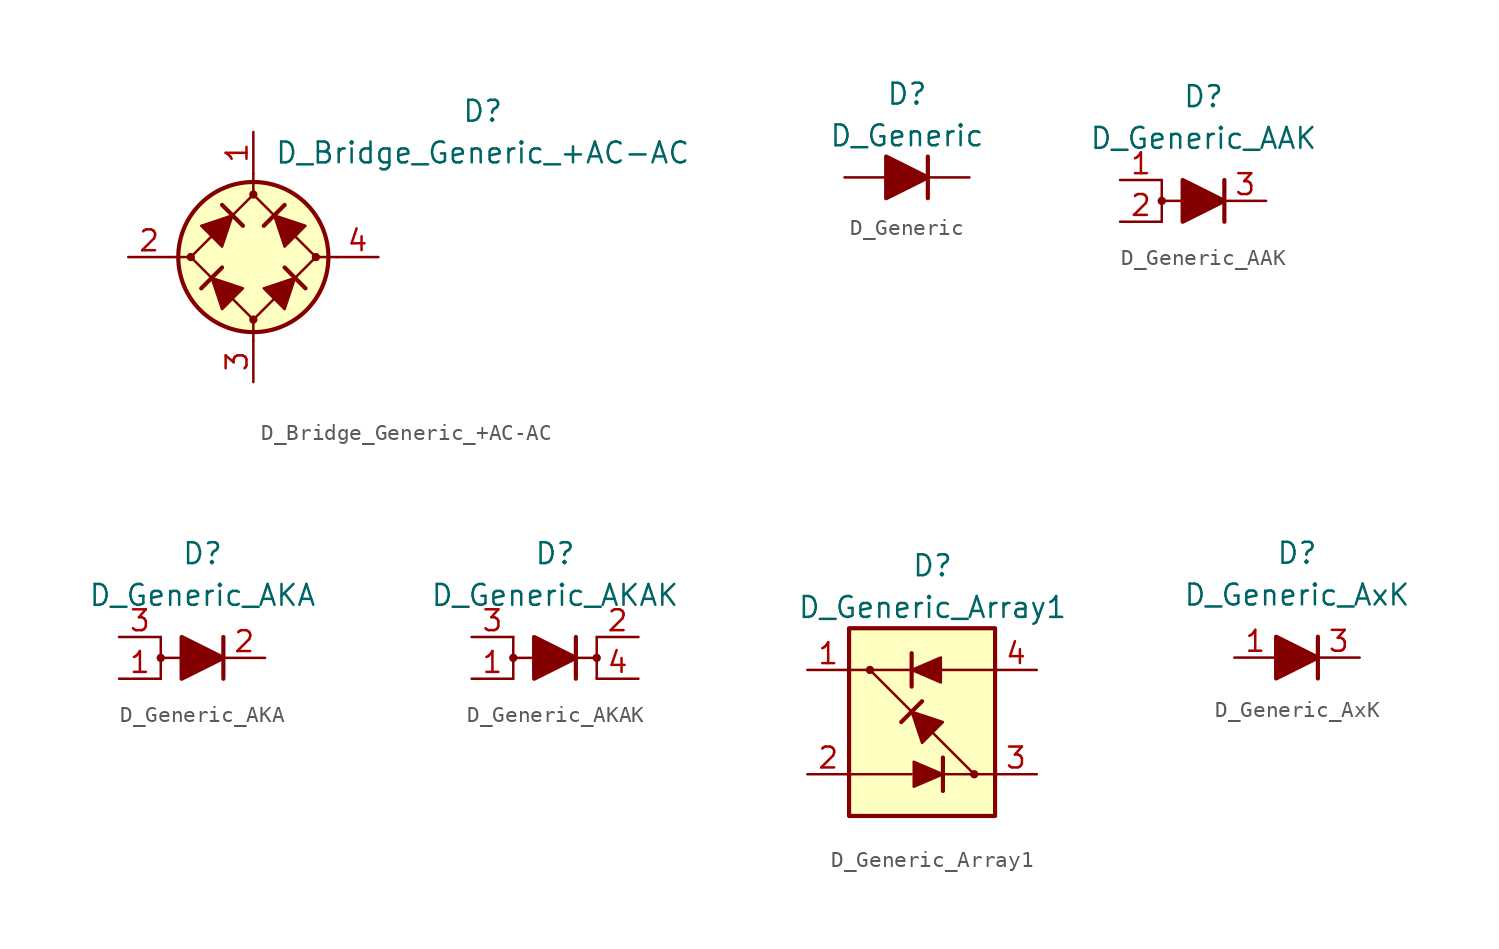
<source format=kicad_sym>
(kicad_symbol_lib
  (version 20211014)
  (generator kicad_symbol_editor)
  (symbol "D_Bridge_Generic_+AC-AC"
    (pin_names
      (offset 1.016) hide)
    (property "Reference" "D"
      (at 13.97 8.89 0)
      (effects (font (size 1.27 1.27))))
    (property "Value" "D_Bridge_Generic_+AC-AC"
      (at 13.97 6.35 0)
      (effects (font (size 1.27 1.27))))
    (symbol "D_Bridge_Generic_+AC-AC_0_1"
      (circle (center -3.81 0) (radius 0.178) (stroke (width 0) (type default) (color 0 0 0 0)) (fill (type outline)))
      (polyline (pts (xy -5.08 0) (xy -3.81 0)) (stroke (width 0) (type default) (color 0 0 0 0)) (fill (type none)))
      (polyline (pts (xy -1.905 -0.635) (xy -3.175 -1.905)) (stroke (width 0.254) (type default) (color 0 0 0 0)) (fill (type none)))
      (polyline (pts (xy -1.905 3.175) (xy -0.635 1.905)) (stroke (width 0.254) (type default) (color 0 0 0 0)) (fill (type none)))
      (polyline (pts (xy 0 -5.08) (xy 0 -3.81)) (stroke (width 0) (type default) (color 0 0 0 0)) (fill (type none)))
      (polyline (pts (xy 0 5.08) (xy 0 3.81)) (stroke (width 0) (type default) (color 0 0 0 0)) (fill (type none)))
      (polyline (pts (xy 1.905 3.175) (xy 0.635 1.905)) (stroke (width 0.254) (type default) (color 0 0 0 0)) (fill (type none)))
      (polyline (pts (xy 3.175 -1.905) (xy 1.905 -0.635)) (stroke (width 0.254) (type default) (color 0 0 0 0)) (fill (type none)))
      (polyline (pts (xy 5.08 0) (xy 3.81 0)) (stroke (width 0) (type default) (color 0 0 0 0)) (fill (type none)))
      (polyline (pts (xy -2.54 -1.27) (xy -1.905 -3.175) (xy -0.635 -1.905) (xy -2.54 -1.27)) (stroke (width 0) (type default) (color 0 0 0 0)) (fill (type outline)))
      (polyline (pts (xy -1.27 2.54) (xy -1.905 0.635) (xy -3.175 1.905) (xy -1.27 2.54)) (stroke (width 0) (type default) (color 0 0 0 0)) (fill (type outline)))
      (polyline (pts (xy 1.27 2.54) (xy 3.175 1.905) (xy 1.905 0.635) (xy 1.27 2.54)) (stroke (width 0) (type default) (color 0 0 0 0)) (fill (type outline)))
      (polyline (pts (xy 2.54 -1.27) (xy 0.635 -1.905) (xy 1.905 -3.175) (xy 2.54 -1.27)) (stroke (width 0) (type default) (color 0 0 0 0)) (fill (type outline)))
      (polyline (pts (xy 0 3.81) (xy -3.81 0) (xy 0 -3.81) (xy 3.81 0) (xy 0 3.81)) (stroke (width 0) (type default) (color 0 0 0 0)) (fill (type none)))
      (circle (center 0 0) (radius 4.572) (stroke (width 0.254) (type default) (color 0 0 0 0)) (fill (type background))))
    (symbol "D_Bridge_Generic_+AC-AC_1_1"
      (circle (center 0 -3.81) (radius 0.178) (stroke (width 0) (type default) (color 0 0 0 0)) (fill (type outline)))
      (circle (center 0 3.81) (radius 0.178) (stroke (width 0) (type default) (color 0 0 0 0)) (fill (type outline)))
      (circle (center 3.81 0) (radius 0.178) (stroke (width 0) (type default) (color 0 0 0 0)) (fill (type outline)))
      (pin passive line (at 0 7.62 270) (length 2.54) (name "+" (effects (font (size 1.27 1.27)))) (number "1" (effects (font (size 1.27 1.27)))))
      (pin passive line (at -7.62 0 0) (length 2.54) (name "1" (effects (font (size 1.27 1.27)))) (number "2" (effects (font (size 1.27 1.27)))))
      (pin passive line (at 0 -7.62 90) (length 2.54) (name "-" (effects (font (size 1.27 1.27)))) (number "3" (effects (font (size 1.27 1.27)))))
      (pin passive line (at 7.62 0 180) (length 2.54) (name "2" (effects (font (size 1.27 1.27)))) (number "4" (effects (font (size 1.27 1.27)))))))
  (symbol "D_Generic"
    (pin_numbers hide)
    (pin_names
      (offset 1.016) hide)
    (property "Reference" "D"
      (at 0 5.08 0)
      (effects (font (size 1.27 1.27))))
    (property "Value" "D_Generic"
      (at 0 2.54 0)
      (effects (font (size 1.27 1.27))))
    (symbol "D_Generic_0_1"
      (polyline (pts (xy -1.27 0) (xy 1.27 0)) (stroke (width 0) (type default) (color 0 0 0 0)) (fill (type none)))
      (polyline (pts (xy 1.27 1.27) (xy 1.27 -1.27)) (stroke (width 0.254) (type default) (color 0 0 0 0)) (fill (type none)))
      (polyline (pts (xy -1.27 1.27) (xy -1.27 -1.27) (xy 1.27 0) (xy -1.27 1.27)) (stroke (width 0.254) (type default) (color 0 0 0 0)) (fill (type outline))))
    (symbol "D_Generic_1_1"
      (pin passive line (at 3.81 0 180) (length 2.54) (name "K" (effects (font (size 1.27 1.27)))) (number "1" (effects (font (size 1.27 1.27)))))
      (pin passive line (at -3.81 0 0) (length 2.54) (name "A" (effects (font (size 1.27 1.27)))) (number "2" (effects (font (size 1.27 1.27)))))))
  (symbol "D_Generic_AAK"
    (pin_names
      (offset 1.016) hide)
    (property "Reference" "D"
      (at 0 6.35 0)
      (effects (font (size 1.27 1.27))))
    (property "Value" "D_Generic_AAK"
      (at 0 3.81 0)
      (effects (font (size 1.27 1.27))))
    (symbol "D_Generic_AAK_0_1"
      (circle (center -2.54 0) (radius 0.178) (stroke (width 0) (type default) (color 0 0 0 0)) (fill (type outline)))
      (polyline (pts (xy -2.54 1.27) (xy -2.54 -1.27)) (stroke (width 0) (type default) (color 0 0 0 0)) (fill (type none)))
      (polyline (pts (xy -1.27 0) (xy -2.54 0)) (stroke (width 0) (type default) (color 0 0 0 0)) (fill (type none)))
      (polyline (pts (xy -1.27 0) (xy 1.27 0)) (stroke (width 0) (type default) (color 0 0 0 0)) (fill (type none)))
      (polyline (pts (xy 1.27 -1.27) (xy 1.27 1.27)) (stroke (width 0.254) (type default) (color 0 0 0 0)) (fill (type none)))
      (polyline (pts (xy -1.27 -1.27) (xy -1.27 1.27) (xy 1.27 0) (xy -1.27 -1.27)) (stroke (width 0.254) (type default) (color 0 0 0 0)) (fill (type outline))))
    (symbol "D_Generic_AAK_1_1"
      (pin passive line (at -5.08 1.27 0) (length 2.54) (name "A" (effects (font (size 1.27 1.27)))) (number "1" (effects (font (size 1.27 1.27)))))
      (pin passive line (at -5.08 -1.27 0) (length 2.54) (name "A" (effects (font (size 1.27 1.27)))) (number "2" (effects (font (size 1.27 1.27)))))
      (pin passive line (at 3.81 0 180) (length 2.54) (name "K" (effects (font (size 1.27 1.27)))) (number "3" (effects (font (size 1.27 1.27)))))))
  (symbol "D_Generic_AKA"
    (pin_names
      (offset 1.016) hide)
    (property "Reference" "D"
      (at 0 6.35 0)
      (effects (font (size 1.27 1.27))))
    (property "Value" "D_Generic_AKA"
      (at 0 3.81 0)
      (effects (font (size 1.27 1.27))))
    (symbol "D_Generic_AKA_0_1"
      (circle (center -2.54 0) (radius 0.178) (stroke (width 0) (type default) (color 0 0 0 0)) (fill (type outline)))
      (polyline (pts (xy -2.54 1.27) (xy -2.54 -1.27)) (stroke (width 0) (type default) (color 0 0 0 0)) (fill (type none)))
      (polyline (pts (xy -1.27 0) (xy -2.54 0)) (stroke (width 0) (type default) (color 0 0 0 0)) (fill (type none)))
      (polyline (pts (xy -1.27 0) (xy 1.27 0)) (stroke (width 0) (type default) (color 0 0 0 0)) (fill (type none)))
      (polyline (pts (xy 1.27 -1.27) (xy 1.27 1.27)) (stroke (width 0.254) (type default) (color 0 0 0 0)) (fill (type none)))
      (polyline (pts (xy -1.27 -1.27) (xy -1.27 1.27) (xy 1.27 0) (xy -1.27 -1.27)) (stroke (width 0.254) (type default) (color 0 0 0 0)) (fill (type outline))))
    (symbol "D_Generic_AKA_1_1"
      (pin passive line (at -5.08 -1.27 0) (length 2.54) (name "A" (effects (font (size 1.27 1.27)))) (number "1" (effects (font (size 1.27 1.27)))))
      (pin passive line (at 3.81 0 180) (length 2.54) (name "K" (effects (font (size 1.27 1.27)))) (number "2" (effects (font (size 1.27 1.27)))))
      (pin passive line (at -5.08 1.27 0) (length 2.54) (name "A" (effects (font (size 1.27 1.27)))) (number "3" (effects (font (size 1.27 1.27)))))))
  (symbol "D_Generic_AKAK"
    (pin_names
      (offset 1.016) hide)
    (property "Reference" "D"
      (at 0 6.35 0)
      (effects (font (size 1.27 1.27))))
    (property "Value" "D_Generic_AKAK"
      (at 0 3.81 0)
      (effects (font (size 1.27 1.27))))
    (symbol "D_Generic_AKAK_0_1"
      (circle (center -2.54 0) (radius 0.178) (stroke (width 0) (type default) (color 0 0 0 0)) (fill (type outline)))
      (polyline (pts (xy -2.54 1.27) (xy -2.54 -1.27)) (stroke (width 0) (type default) (color 0 0 0 0)) (fill (type none)))
      (polyline (pts (xy -1.27 0) (xy -2.54 0)) (stroke (width 0) (type default) (color 0 0 0 0)) (fill (type none)))
      (polyline (pts (xy -1.27 0) (xy 1.27 0)) (stroke (width 0) (type default) (color 0 0 0 0)) (fill (type none)))
      (polyline (pts (xy 1.27 -1.27) (xy 1.27 1.27)) (stroke (width 0.254) (type default) (color 0 0 0 0)) (fill (type none)))
      (polyline (pts (xy -1.27 -1.27) (xy -1.27 1.27) (xy 1.27 0) (xy -1.27 -1.27)) (stroke (width 0.254) (type default) (color 0 0 0 0)) (fill (type outline))))
    (symbol "D_Generic_AKAK_1_1"
      (polyline (pts (xy 1.27 0) (xy 2.54 0)) (stroke (width 0) (type default) (color 0 0 0 0)) (fill (type none)))
      (polyline (pts (xy 2.54 -1.27) (xy 2.54 1.27)) (stroke (width 0) (type default) (color 0 0 0 0)) (fill (type none)))
      (circle (center 2.54 0) (radius 0.178) (stroke (width 0) (type default) (color 0 0 0 0)) (fill (type outline)))
      (pin passive line (at -5.08 -1.27 0) (length 2.54) (name "A" (effects (font (size 1.27 1.27)))) (number "1" (effects (font (size 1.27 1.27)))))
      (pin passive line (at 5.08 1.27 180) (length 2.54) (name "K" (effects (font (size 1.27 1.27)))) (number "2" (effects (font (size 1.27 1.27)))))
      (pin passive line (at -5.08 1.27 0) (length 2.54) (name "A" (effects (font (size 1.27 1.27)))) (number "3" (effects (font (size 1.27 1.27)))))
      (pin passive line (at 5.08 -1.27 180) (length 2.54) (name "K" (effects (font (size 1.27 1.27)))) (number "4" (effects (font (size 1.27 1.27)))))))
  (symbol "D_Generic_Array1"
    (pin_names
      (offset 1.016) hide)
    (property "Reference" "D"
      (at 0 10.16 0)
      (effects (font (size 1.27 1.27))))
    (property "Value" "D_Generic_Array1"
      (at 0 7.62 0)
      (effects (font (size 1.27 1.27))))
    (symbol "D_Generic_Array1_0_1"
      (rectangle (start -5.08 6.35) (end 3.81 -5.08) (stroke (width 0.254) (type default) (color 0 0 0 0)) (fill (type background)))
      (circle (center -3.81 3.81) (radius 0.178) (stroke (width 0) (type default) (color 0 0 0 0)) (fill (type outline)))
      (polyline (pts (xy -5.08 -2.54) (xy -1.27 -2.54)) (stroke (width 0) (type default) (color 0 0 0 0)) (fill (type none)))
      (polyline (pts (xy -3.81 3.81) (xy 2.54 -2.54)) (stroke (width 0.152) (type default) (color 0 0 0 0)) (fill (type none)))
      (polyline (pts (xy -1.27 2.794) (xy -1.27 4.826)) (stroke (width 0.254) (type default) (color 0 0 0 0)) (fill (type none)))
      (polyline (pts (xy -1.27 3.81) (xy -5.08 3.81)) (stroke (width 0) (type default) (color 0 0 0 0)) (fill (type none)))
      (polyline (pts (xy -0.635 1.905) (xy -1.905 0.635)) (stroke (width 0.254) (type default) (color 0 0 0 0)) (fill (type none)))
      (polyline (pts (xy 0 -2.54) (xy 3.81 -2.54)) (stroke (width 0.152) (type default) (color 0 0 0 0)) (fill (type none)))
      (polyline (pts (xy 0 3.81) (xy 3.81 3.81)) (stroke (width 0.152) (type default) (color 0 0 0 0)) (fill (type none)))
      (polyline (pts (xy 0.635 -1.524) (xy 0.635 -3.556)) (stroke (width 0.254) (type default) (color 0 0 0 0)) (fill (type none)))
      (polyline (pts (xy -1.27 1.27) (xy -0.635 -0.635) (xy 0.635 0.635) (xy -1.27 1.27)) (stroke (width 0) (type default) (color 0 0 0 0)) (fill (type outline)))
      (polyline (pts (xy 0.508 4.572) (xy 0.508 3.048) (xy -1.27 3.81) (xy 0.508 4.572)) (stroke (width 0) (type default) (color 0 0 0 0)) (fill (type outline))))
    (symbol "D_Generic_Array1_1_1"
      (polyline (pts (xy -1.143 -3.302) (xy -1.143 -1.778) (xy 0.635 -2.54) (xy -1.143 -3.302)) (stroke (width 0) (type default) (color 0 0 0 0)) (fill (type outline)))
      (circle (center 2.54 -2.54) (radius 0.178) (stroke (width 0) (type default) (color 0 0 0 0)) (fill (type outline)))
      (pin passive line (at -7.62 3.81 0) (length 2.54) (name "1" (effects (font (size 1.27 1.27)))) (number "1" (effects (font (size 1.27 1.27)))))
      (pin passive line (at -7.62 -2.54 0) (length 2.54) (name "2" (effects (font (size 1.27 1.27)))) (number "2" (effects (font (size 1.27 1.27)))))
      (pin passive line (at 6.35 -2.54 180) (length 2.54) (name "3" (effects (font (size 1.27 1.27)))) (number "3" (effects (font (size 1.27 1.27)))))
      (pin passive line (at 6.35 3.81 180) (length 2.54) (name "4" (effects (font (size 1.27 1.27)))) (number "4" (effects (font (size 1.27 1.27)))))))
  (symbol "D_Generic_AxK"
    (pin_names
      (offset 1.016) hide)
    (property "Reference" "D"
      (at 0 6.35 0)
      (effects (font (size 1.27 1.27))))
    (property "Value" "D_Generic_AxK"
      (at 0 3.81 0)
      (effects (font (size 1.27 1.27))))
    (symbol "D_Generic_AxK_0_1"
      (polyline (pts (xy -1.27 0) (xy 1.27 0)) (stroke (width 0) (type default) (color 0 0 0 0)) (fill (type none)))
      (polyline (pts (xy 1.27 1.27) (xy 1.27 -1.27)) (stroke (width 0.254) (type default) (color 0 0 0 0)) (fill (type none)))
      (polyline (pts (xy -1.27 1.27) (xy -1.27 -1.27) (xy 1.27 0) (xy -1.27 1.27)) (stroke (width 0.254) (type default) (color 0 0 0 0)) (fill (type outline))))
    (symbol "D_Generic_AxK_1_1"
      (pin passive line (at -3.81 0 0) (length 2.54) (name "A" (effects (font (size 1.27 1.27)))) (number "1" (effects (font (size 1.27 1.27)))))
      (pin no_connect line (at 0 0 0) (length 2.54) hide (name "NC" (effects (font (size 1.27 1.27)))) (number "2" (effects (font (size 1.27 1.27)))))
      (pin passive line (at 3.81 0 180) (length 2.54) (name "K" (effects (font (size 1.27 1.27)))) (number "3" (effects (font (size 1.27 1.27))))))))
</source>
